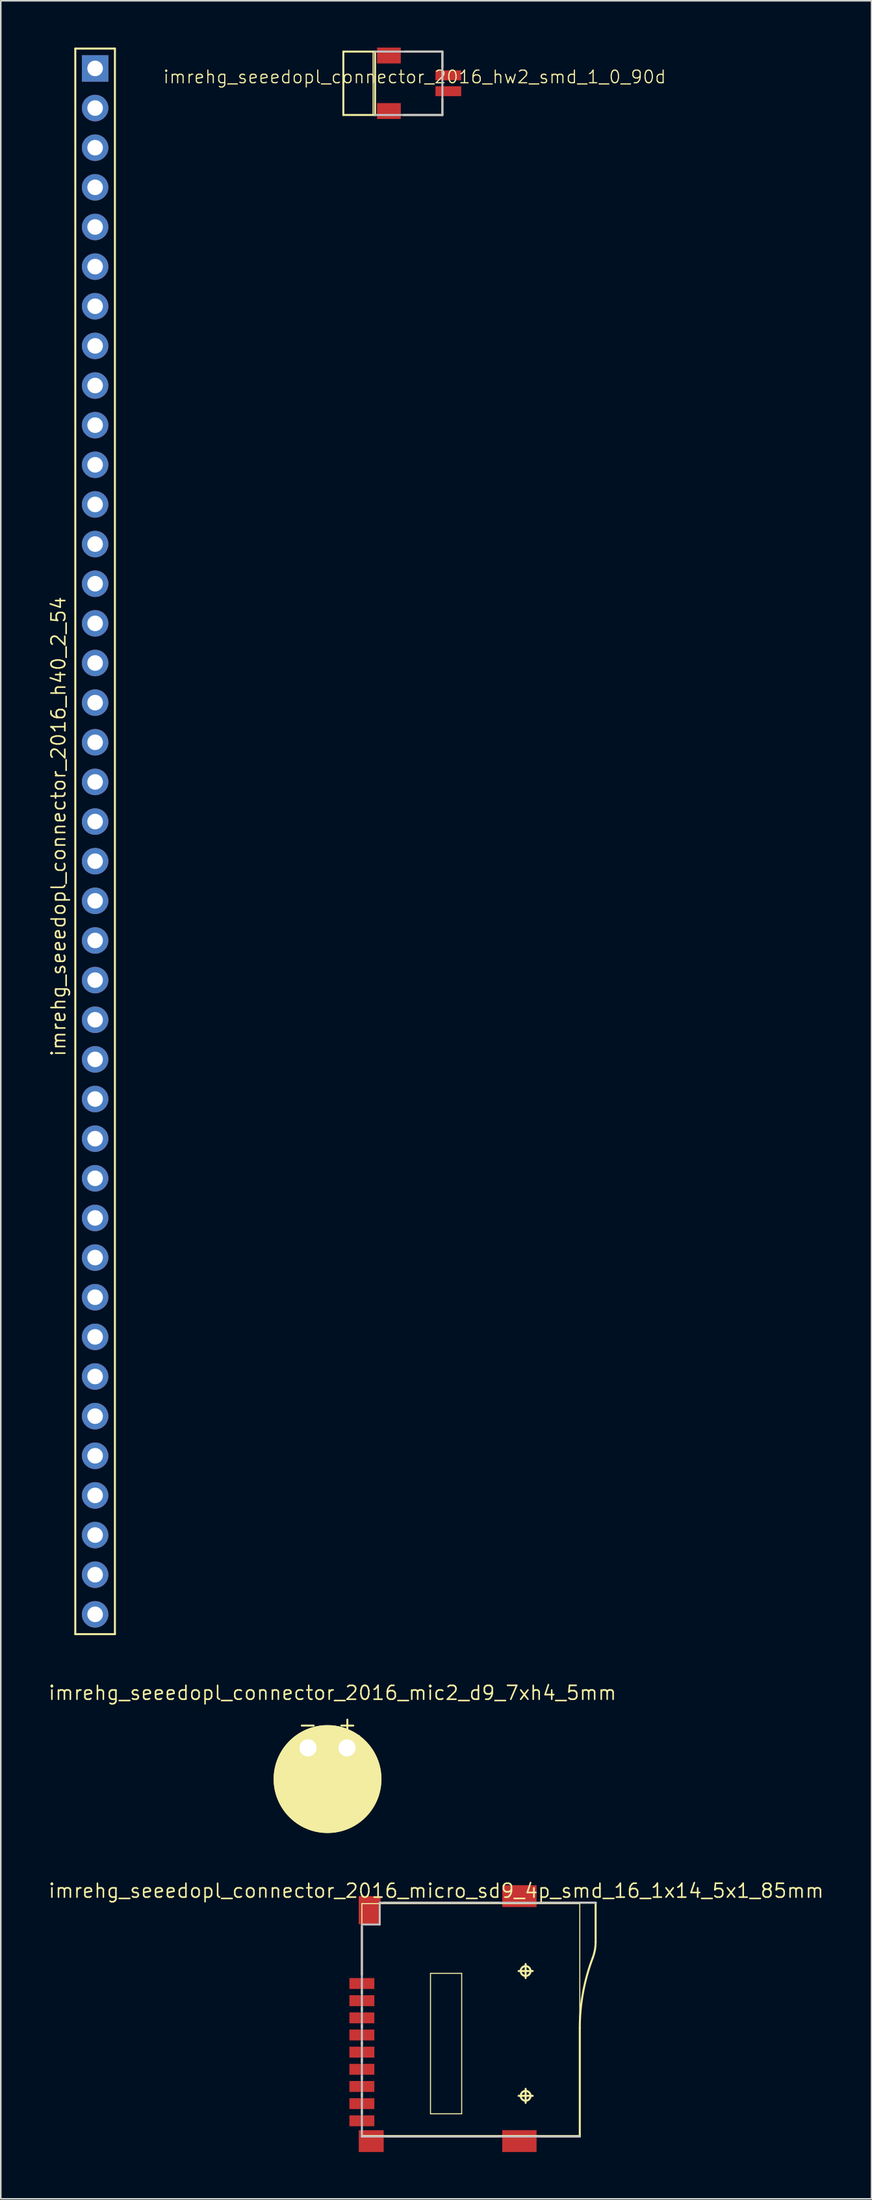
<source format=kicad_pcb>
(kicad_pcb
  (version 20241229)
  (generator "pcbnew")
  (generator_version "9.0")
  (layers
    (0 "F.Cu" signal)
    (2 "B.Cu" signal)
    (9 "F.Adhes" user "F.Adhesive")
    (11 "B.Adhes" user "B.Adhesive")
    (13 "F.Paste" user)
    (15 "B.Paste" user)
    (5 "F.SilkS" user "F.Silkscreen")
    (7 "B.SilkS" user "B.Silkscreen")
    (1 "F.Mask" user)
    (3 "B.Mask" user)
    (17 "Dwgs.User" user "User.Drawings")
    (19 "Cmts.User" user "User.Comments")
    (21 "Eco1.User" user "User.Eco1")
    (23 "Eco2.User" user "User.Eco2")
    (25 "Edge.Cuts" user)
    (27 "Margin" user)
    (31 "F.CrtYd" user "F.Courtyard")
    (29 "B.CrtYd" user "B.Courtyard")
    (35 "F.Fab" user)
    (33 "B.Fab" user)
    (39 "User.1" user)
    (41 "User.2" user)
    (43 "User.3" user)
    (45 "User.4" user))
  (footprint "imrehg_seeedopl_connector_2016_micro_sd9_4p_smd_16_1x14_5x1_85mm"
    (layer "F.Cu")
    (at 20.151 126.298)
    (property "Reference" "imrehg_seeedopl_connector_2016_micro_sd9_4p_smd_16_1x14_5x1_85mm" (at 4.763 -8.191 0) (layer "F.SilkS") (effects (font (size 0.889 0.889) (thickness 0.102))))
    (attr smd)
    (fp_line (start 0 -7.366) (end 13.97 -7.366) (stroke (width 0.066) (type solid)) (layer "F.SilkS"))
    (fp_line (start 0 -5.898) (end 0 -2.799) (stroke (width 0.127) (type solid)) (layer "F.SilkS"))
    (fp_line (start 0 -1.798) (end 0 -1.598) (stroke (width 0.127) (type solid)) (layer "F.SilkS"))
    (fp_line (start 0 -0.699) (end 0 -0.498) (stroke (width 0.127) (type solid)) (layer "F.SilkS"))
    (fp_line (start 0 0.399) (end 0 0.599) (stroke (width 0.127) (type solid)) (layer "F.SilkS"))
    (fp_line (start 0 1.499) (end 0 1.699) (stroke (width 0.127) (type solid)) (layer "F.SilkS"))
    (fp_line (start 0 2.598) (end 0 2.799) (stroke (width 0.127) (type solid)) (layer "F.SilkS"))
    (fp_line (start 0 3.698) (end 0 3.899) (stroke (width 0.127) (type solid)) (layer "F.SilkS"))
    (fp_line (start 0 4.798) (end 0 4.999) (stroke (width 0.127) (type solid)) (layer "F.SilkS"))
    (fp_line (start 0 5.898) (end 0 6.099) (stroke (width 0.127) (type solid)) (layer "F.SilkS"))
    (fp_line (start 0 7.493) (end 0 -7.366) (stroke (width 0.066) (type solid)) (layer "F.SilkS"))
    (fp_line (start 0 7.493) (end 13.97 7.493) (stroke (width 0.066) (type solid)) (layer "F.SilkS"))
    (fp_line (start 1.598 7.559) (end 8.799 7.559) (stroke (width 0.127) (type solid)) (layer "F.SilkS"))
    (fp_line (start 4.399 -2.898) (end 6.398 -2.898) (stroke (width 0.066) (type solid)) (layer "F.SilkS"))
    (fp_line (start 4.399 6.099) (end 4.399 -2.898) (stroke (width 0.066) (type solid)) (layer "F.SilkS"))
    (fp_line (start 4.399 6.099) (end 6.398 6.099) (stroke (width 0.066) (type solid)) (layer "F.SilkS"))
    (fp_line (start 6.398 6.099) (end 6.398 -2.898) (stroke (width 0.066) (type solid)) (layer "F.SilkS"))
    (fp_line (start 8.799 -7.429) (end 1.4 -7.429) (stroke (width 0.127) (type solid)) (layer "F.SilkS"))
    (fp_line (start 10.048 -3.048) (end 10.95 -3.048) (stroke (width 0.127) (type solid)) (layer "F.SilkS"))
    (fp_line (start 10.048 4.948) (end 10.95 4.948) (stroke (width 0.127) (type solid)) (layer "F.SilkS"))
    (fp_line (start 10.498 -2.598) (end 10.498 -3.498) (stroke (width 0.127) (type solid)) (layer "F.SilkS"))
    (fp_line (start 10.498 5.397) (end 10.498 4.498) (stroke (width 0.127) (type solid)) (layer "F.SilkS"))
    (fp_line (start 11.4 7.559) (end 13.97 7.559) (stroke (width 0.127) (type solid)) (layer "F.SilkS"))
    (fp_line (start 13.97 0.622) (end 13.97 7.556) (stroke (width 0.127) (type solid)) (layer "F.SilkS"))
    (fp_line (start 13.97 7.493) (end 13.97 -7.366) (stroke (width 0.066) (type solid)) (layer "F.SilkS"))
    (fp_line (start 14.986 -7.427) (end 14.986 -4.897) (stroke (width 0.127) (type solid)) (layer "F.SilkS"))
    (fp_line (start 14.999 -7.429) (end 11.4 -7.429) (stroke (width 0.127) (type solid)) (layer "F.SilkS"))
    (fp_arc (start 13.97 0.6223) (mid 14.178642 -1.670293) (end 14.797714 -3.887558) (stroke (width 0.127) (type solid)) (layer "F.SilkS"))
    (fp_arc (start 14.986 -4.89712) (mid 14.939848 -4.389998) (end 14.80291 -3.899539) (stroke (width 0.127) (type solid)) (layer "F.SilkS"))
    (fp_circle (center 10.498 -3.048) (end 10.721 -3.272) (stroke (width 0.127) (type solid)) (fill no) (layer "F.SilkS"))
    (fp_circle (center 10.498 4.948) (end 10.721 5.171) (stroke (width 0.127) (type solid)) (fill no) (layer "F.SilkS"))
    (fp_line (start 0 -6.03) (end 1.143 -6.03) (stroke (width 0.127) (type solid)) (layer "Dwgs.User"))
    (fp_line (start 0 7.556) (end 0 -6.03) (stroke (width 0.127) (type solid)) (layer "Dwgs.User"))
    (fp_line (start 1.143 -7.427) (end 14.986 -7.427) (stroke (width 0.127) (type solid)) (layer "Dwgs.User"))
    (fp_line (start 1.143 -6.03) (end 1.143 -7.427) (stroke (width 0.127) (type solid)) (layer "Dwgs.User"))
    (fp_line (start 13.97 7.556) (end 0 7.556) (stroke (width 0.127) (type solid)) (layer "Dwgs.User"))
    (pad "1" smd rect (at 0 -2.248) (size 1.598 0.699) (layers "F.Cu" "F.Mask" "F.Paste"))
    (pad "2" smd rect (at 0 -1.148) (size 1.598 0.699) (layers "F.Cu" "F.Mask" "F.Paste"))
    (pad "3" smd rect (at 0 -0.048) (size 1.598 0.699) (layers "F.Cu" "F.Mask" "F.Paste"))
    (pad "4" smd rect (at 0 1.049) (size 1.598 0.699) (layers "F.Cu" "F.Mask" "F.Paste"))
    (pad "5" smd rect (at 0 2.149) (size 1.598 0.699) (layers "F.Cu" "F.Mask" "F.Paste"))
    (pad "6" smd rect (at 0 3.249) (size 1.598 0.699) (layers "F.Cu" "F.Mask" "F.Paste"))
    (pad "7" smd rect (at 0 4.348) (size 1.598 0.699) (layers "F.Cu" "F.Mask" "F.Paste"))
    (pad "8" smd rect (at 0 5.448) (size 1.598 0.699) (layers "F.Cu" "F.Mask" "F.Paste"))
    (pad "9" smd rect (at 0 6.548) (size 1.598 0.699) (layers "F.Cu" "F.Mask" "F.Paste"))
    (pad "G1" smd rect (at 0.599 7.849) (size 1.598 1.4) (layers "F.Cu" "F.Mask" "F.Paste"))
    (pad "G2" smd rect (at 10.099 7.849) (size 2.2 1.4) (layers "F.Cu" "F.Mask" "F.Paste"))
    (pad "G3" smd rect (at 10.099 -7.849) (size 2.2 1.4) (layers "F.Cu" "F.Mask" "F.Paste"))
    (pad "G4" smd rect (at 0.498 -6.949) (size 1.4 1.798) (layers "F.Cu" "F.Mask" "F.Paste")))
  (footprint "imrehg_seeedopl_connector_2016_mic2_d9_7xh4_5mm"
    (layer "F.Cu")
    (at 17.949 110.95)
    (property "Reference" "imrehg_seeedopl_connector_2016_mic2_d9_7xh4_5mm" (at 0.318 -5.524 0) (layer "F.SilkS") (effects (font (size 0.889 0.889) (thickness 0.102))))
    (attr exclude_from_pos_files exclude_from_bom)
    (fp_line (start -1.651 -3.429) (end -0.889 -3.429) (stroke (width 0.127) (type solid)) (layer "F.SilkS"))
    (fp_line (start 0.889 -3.429) (end 1.651 -3.429) (stroke (width 0.127) (type solid)) (layer "F.SilkS"))
    (fp_line (start 1.27 -3.81) (end 1.27 -3.048) (stroke (width 0.127) (type solid)) (layer "F.SilkS"))
    (fp_circle (center 0 0) (end -2.438 2.438) (stroke (width 0) (type solid)) (fill yes) (layer "F.SilkS"))
    (fp_circle (center 0 0) (end -2.423 2.423) (stroke (width 0.064) (type solid)) (fill no) (layer "F.SilkS"))
    (fp_circle (center 0 0) (end -2.05 2.05) (stroke (width 0.064) (type solid)) (fill no) (layer "F.SilkS"))
    (pad "+" thru_hole rect (at 1.25 -1.999) (size 1.648 1.648) (drill 1.1) (layers "*.Cu" "*.Paste" "*.Mask"))
    (pad "-" thru_hole circle (at -1.25 -1.999) (size 1.648 1.648) (drill 1.1) (layers "*.Cu" "*.Paste" "*.Mask")))
  (footprint "imrehg_seeedopl_connector_2016_h40_2_54"
    (layer "F.Cu")
    (at 3.048 50.864)
    (property "Reference" "imrehg_seeedopl_connector_2016_h40_2_54" (at -2.349 -0.953 90) (layer "F.SilkS") (effects (font (size 0.889 0.889) (thickness 0.102))))
    (attr exclude_from_pos_files exclude_from_bom)
    (fp_line (start -1.27 -50.8) (end -1.27 50.8) (stroke (width 0.127) (type solid)) (layer "F.SilkS"))
    (fp_line (start -1.27 -50.8) (end 1.27 -50.8) (stroke (width 0.066) (type solid)) (layer "F.SilkS"))
    (fp_line (start -1.27 -50.8) (end 1.27 -50.8) (stroke (width 0.127) (type solid)) (layer "F.SilkS"))
    (fp_line (start -1.27 50.8) (end -1.27 -50.8) (stroke (width 0.066) (type solid)) (layer "F.SilkS"))
    (fp_line (start -1.27 50.8) (end 1.27 50.8) (stroke (width 0.066) (type solid)) (layer "F.SilkS"))
    (fp_line (start -1.27 50.8) (end 1.27 50.8) (stroke (width 0.127) (type solid)) (layer "F.SilkS"))
    (fp_line (start 1.27 50.8) (end 1.27 -50.8) (stroke (width 0.066) (type solid)) (layer "F.SilkS"))
    (fp_line (start 1.27 50.8) (end 1.27 -50.8) (stroke (width 0.127) (type solid)) (layer "F.SilkS"))
    (pad "1" thru_hole rect (at 0 -49.53) (size 1.699 1.699) (drill 0.998) (layers "*.Cu" "*.Paste" "*.Mask"))
    (pad "2" thru_hole circle (at 0 -46.99) (size 1.699 1.699) (drill 0.998) (layers "*.Cu" "*.Paste" "*.Mask"))
    (pad "3" thru_hole circle (at 0 -44.45) (size 1.699 1.699) (drill 0.998) (layers "*.Cu" "*.Paste" "*.Mask"))
    (pad "4" thru_hole circle (at 0 -41.91) (size 1.699 1.699) (drill 0.998) (layers "*.Cu" "*.Paste" "*.Mask"))
    (pad "5" thru_hole circle (at 0 -39.37) (size 1.699 1.699) (drill 0.998) (layers "*.Cu" "*.Paste" "*.Mask"))
    (pad "6" thru_hole circle (at 0 -36.83) (size 1.699 1.699) (drill 0.998) (layers "*.Cu" "*.Paste" "*.Mask"))
    (pad "7" thru_hole circle (at 0 -34.29) (size 1.699 1.699) (drill 0.998) (layers "*.Cu" "*.Paste" "*.Mask"))
    (pad "8" thru_hole circle (at 0 -31.75) (size 1.699 1.699) (drill 0.998) (layers "*.Cu" "*.Paste" "*.Mask"))
    (pad "9" thru_hole circle (at 0 -29.21) (size 1.699 1.699) (drill 0.998) (layers "*.Cu" "*.Paste" "*.Mask"))
    (pad "10" thru_hole circle (at 0 -26.67) (size 1.699 1.699) (drill 0.998) (layers "*.Cu" "*.Paste" "*.Mask"))
    (pad "11" thru_hole circle (at 0 -24.13) (size 1.699 1.699) (drill 0.998) (layers "*.Cu" "*.Paste" "*.Mask"))
    (pad "12" thru_hole circle (at 0 -21.59) (size 1.699 1.699) (drill 0.998) (layers "*.Cu" "*.Paste" "*.Mask"))
    (pad "13" thru_hole circle (at 0 -19.05) (size 1.699 1.699) (drill 0.998) (layers "*.Cu" "*.Paste" "*.Mask"))
    (pad "14" thru_hole circle (at 0 -16.51) (size 1.699 1.699) (drill 0.998) (layers "*.Cu" "*.Paste" "*.Mask"))
    (pad "15" thru_hole circle (at 0 -13.97) (size 1.699 1.699) (drill 0.998) (layers "*.Cu" "*.Paste" "*.Mask"))
    (pad "16" thru_hole circle (at 0 -11.43) (size 1.699 1.699) (drill 0.998) (layers "*.Cu" "*.Paste" "*.Mask"))
    (pad "17" thru_hole circle (at 0 -8.89) (size 1.699 1.699) (drill 0.998) (layers "*.Cu" "*.Paste" "*.Mask"))
    (pad "18" thru_hole circle (at 0 -6.35) (size 1.699 1.699) (drill 0.998) (layers "*.Cu" "*.Paste" "*.Mask"))
    (pad "19" thru_hole circle (at 0 -3.81) (size 1.699 1.699) (drill 0.998) (layers "*.Cu" "*.Paste" "*.Mask"))
    (pad "20" thru_hole circle (at 0 -1.27) (size 1.699 1.699) (drill 0.998) (layers "*.Cu" "*.Paste" "*.Mask"))
    (pad "21" thru_hole circle (at 0 1.27) (size 1.699 1.699) (drill 0.998) (layers "*.Cu" "*.Paste" "*.Mask"))
    (pad "22" thru_hole circle (at 0 3.81) (size 1.699 1.699) (drill 0.998) (layers "*.Cu" "*.Paste" "*.Mask"))
    (pad "23" thru_hole circle (at 0 6.35) (size 1.699 1.699) (drill 0.998) (layers "*.Cu" "*.Paste" "*.Mask"))
    (pad "24" thru_hole circle (at 0 8.89) (size 1.699 1.699) (drill 0.998) (layers "*.Cu" "*.Paste" "*.Mask"))
    (pad "25" thru_hole circle (at 0 11.43) (size 1.699 1.699) (drill 0.998) (layers "*.Cu" "*.Paste" "*.Mask"))
    (pad "26" thru_hole circle (at 0 13.97) (size 1.699 1.699) (drill 0.998) (layers "*.Cu" "*.Paste" "*.Mask"))
    (pad "27" thru_hole circle (at 0 16.51) (size 1.699 1.699) (drill 0.998) (layers "*.Cu" "*.Paste" "*.Mask"))
    (pad "28" thru_hole circle (at 0 19.05) (size 1.699 1.699) (drill 0.998) (layers "*.Cu" "*.Paste" "*.Mask"))
    (pad "29" thru_hole circle (at 0 21.59) (size 1.699 1.699) (drill 0.998) (layers "*.Cu" "*.Paste" "*.Mask"))
    (pad "30" thru_hole circle (at 0 24.13) (size 1.699 1.699) (drill 0.998) (layers "*.Cu" "*.Paste" "*.Mask"))
    (pad "31" thru_hole circle (at 0 26.67) (size 1.699 1.699) (drill 0.998) (layers "*.Cu" "*.Paste" "*.Mask"))
    (pad "32" thru_hole circle (at 0 29.21) (size 1.699 1.699) (drill 0.998) (layers "*.Cu" "*.Paste" "*.Mask"))
    (pad "33" thru_hole circle (at 0 31.75) (size 1.699 1.699) (drill 0.998) (layers "*.Cu" "*.Paste" "*.Mask"))
    (pad "34" thru_hole circle (at 0 34.29) (size 1.699 1.699) (drill 0.998) (layers "*.Cu" "*.Paste" "*.Mask"))
    (pad "35" thru_hole circle (at 0 36.83) (size 1.699 1.699) (drill 0.998) (layers "*.Cu" "*.Paste" "*.Mask"))
    (pad "36" thru_hole circle (at 0 39.37) (size 1.699 1.699) (drill 0.998) (layers "*.Cu" "*.Paste" "*.Mask"))
    (pad "37" thru_hole circle (at 0 41.91) (size 1.699 1.699) (drill 0.998) (layers "*.Cu" "*.Paste" "*.Mask"))
    (pad "38" thru_hole circle (at 0 44.45) (size 1.699 1.699) (drill 0.998) (layers "*.Cu" "*.Paste" "*.Mask"))
    (pad "39" thru_hole circle (at 0 46.99) (size 1.699 1.699) (drill 0.998) (layers "*.Cu" "*.Paste" "*.Mask"))
    (pad "40" thru_hole circle (at 0 49.53) (size 1.699 1.699) (drill 0.998) (layers "*.Cu" "*.Paste" "*.Mask")))
  (footprint "imrehg_seeedopl_connector_2016_hw2_smd_1_0_90d"
    (layer "F.Cu")
    (at 25.313 2.286)
    (property "Reference" "imrehg_seeedopl_connector_2016_hw2_smd_1_0_90d" (at -1.778 -0.406 0) (layer "F.SilkS") (effects (font (size 0.813 0.813) (thickness 0.076))))
    (attr smd)
    (fp_line (start -6.35 -2.032) (end -6.35 2.032) (stroke (width 0.127) (type solid)) (layer "F.SilkS"))
    (fp_line (start -6.35 2.032) (end -4.318 2.032) (stroke (width 0.127) (type solid)) (layer "F.SilkS"))
    (fp_line (start -4.445 -2.032) (end 0 -2.032) (stroke (width 0.066) (type solid)) (layer "F.SilkS"))
    (fp_line (start -4.445 2.032) (end -4.445 -2.032) (stroke (width 0.066) (type solid)) (layer "F.SilkS"))
    (fp_line (start -4.445 2.032) (end 0 2.032) (stroke (width 0.066) (type solid)) (layer "F.SilkS"))
    (fp_line (start -4.318 -2.032) (end -6.35 -2.032) (stroke (width 0.127) (type solid)) (layer "F.SilkS"))
    (fp_line (start -4.318 2.032) (end -4.318 -2.032) (stroke (width 0.127) (type solid)) (layer "F.SilkS"))
    (fp_line (start -2.499 2.032) (end 0 2.032) (stroke (width 0.127) (type solid)) (layer "F.SilkS"))
    (fp_line (start -2.398 -2.032) (end 0 -2.032) (stroke (width 0.127) (type solid)) (layer "F.SilkS"))
    (fp_line (start 0 -2.032) (end 0 -0.998) (stroke (width 0.127) (type solid)) (layer "F.SilkS"))
    (fp_line (start 0 2.032) (end 0 -2.032) (stroke (width 0.066) (type solid)) (layer "F.SilkS"))
    (fp_line (start 0 2.032) (end 0 0.998) (stroke (width 0.127) (type solid)) (layer "F.SilkS"))
    (fp_line (start -4.318 -2.032) (end 0 -2.032) (stroke (width 0.127) (type solid)) (layer "Dwgs.User"))
    (fp_line (start 0 -2.032) (end 0 2.032) (stroke (width 0.127) (type solid)) (layer "Dwgs.User"))
    (fp_line (start 0 2.032) (end -4.318 2.032) (stroke (width 0.127) (type solid)) (layer "Dwgs.User"))
    (pad "+" smd rect (at 0.381 -0.508) (size 1.651 0.635) (layers "F.Cu" "F.Mask" "F.Paste"))
    (pad "-" smd rect (at 0.381 0.508) (size 1.651 0.635) (layers "F.Cu" "F.Mask" "F.Paste"))
    (pad "3" smd rect (at -3.429 -1.778) (size 1.524 1.016) (layers "F.Cu" "F.Mask" "F.Paste"))
    (pad "4" smd rect (at -3.429 1.778) (size 1.524 1.016) (layers "F.Cu" "F.Mask" "F.Paste")))
  (gr_rect
    (start -3 -3)
    (end 52.826 137.847)
    (stroke (width 0.1) (type default))
    (fill no)
    (layer "Edge.Cuts")))
</source>
